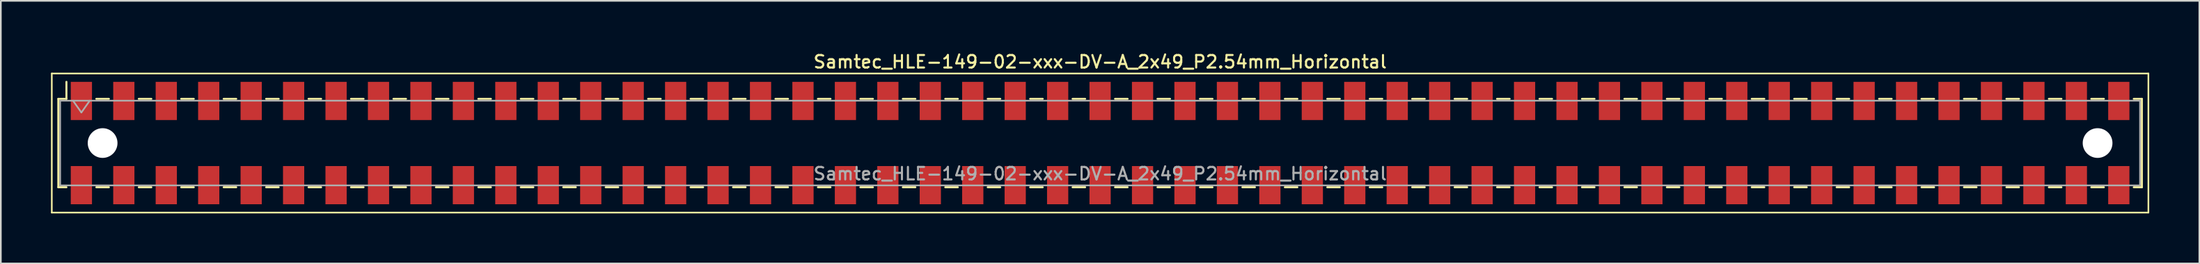
<source format=kicad_pcb>
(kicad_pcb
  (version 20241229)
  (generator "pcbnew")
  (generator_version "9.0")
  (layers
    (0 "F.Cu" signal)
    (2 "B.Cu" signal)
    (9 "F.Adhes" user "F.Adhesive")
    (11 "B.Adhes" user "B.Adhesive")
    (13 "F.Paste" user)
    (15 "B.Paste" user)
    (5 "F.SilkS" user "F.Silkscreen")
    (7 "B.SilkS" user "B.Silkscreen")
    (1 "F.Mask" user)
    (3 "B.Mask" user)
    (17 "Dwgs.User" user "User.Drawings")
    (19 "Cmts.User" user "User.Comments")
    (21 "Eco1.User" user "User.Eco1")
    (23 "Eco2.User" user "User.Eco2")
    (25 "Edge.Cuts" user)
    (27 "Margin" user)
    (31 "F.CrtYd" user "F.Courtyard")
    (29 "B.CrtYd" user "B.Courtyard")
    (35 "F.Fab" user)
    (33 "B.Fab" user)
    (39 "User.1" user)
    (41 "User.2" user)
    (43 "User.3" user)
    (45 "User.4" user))
  (footprint "Samtec_HLE-149-02-xxx-DV-A_2x49_P2.54mm_Horizontal"
    (layer "F.Cu")
    (at 62.78 5.528)
    (property "Reference" "Samtec_HLE-149-02-xxx-DV-A_2x49_P2.54mm_Horizontal" (at 0 -4.87 0) (layer "F.SilkS") (effects (font (size 0.75 0.75) (thickness 0.125))))
    (attr smd)
    (fp_line (start -62.73 -4.17) (end 62.73 -4.17) (stroke (width 0.1) (type solid)) (layer "F.SilkS"))
    (fp_line (start -62.73 4.17) (end -62.73 -4.17) (stroke (width 0.1) (type solid)) (layer "F.SilkS"))
    (fp_line (start -62.34 -2.65) (end -62.34 2.65) (stroke (width 0.12) (type solid)) (layer "F.SilkS"))
    (fp_line (start -62.34 2.65) (end -61.855 2.65) (stroke (width 0.12) (type solid)) (layer "F.SilkS"))
    (fp_line (start -61.855 -3.67) (end -61.855 -2.65) (stroke (width 0.12) (type solid)) (layer "F.SilkS"))
    (fp_line (start -61.855 -2.65) (end -62.34 -2.65) (stroke (width 0.12) (type solid)) (layer "F.SilkS"))
    (fp_line (start -60.065 -2.65) (end -59.315 -2.65) (stroke (width 0.12) (type solid)) (layer "F.SilkS"))
    (fp_line (start -60.065 2.65) (end -59.315 2.65) (stroke (width 0.12) (type solid)) (layer "F.SilkS"))
    (fp_line (start -57.525 -2.65) (end -56.775 -2.65) (stroke (width 0.12) (type solid)) (layer "F.SilkS"))
    (fp_line (start -57.525 2.65) (end -56.775 2.65) (stroke (width 0.12) (type solid)) (layer "F.SilkS"))
    (fp_line (start -54.985 -2.65) (end -54.235 -2.65) (stroke (width 0.12) (type solid)) (layer "F.SilkS"))
    (fp_line (start -54.985 2.65) (end -54.235 2.65) (stroke (width 0.12) (type solid)) (layer "F.SilkS"))
    (fp_line (start -52.445 -2.65) (end -51.695 -2.65) (stroke (width 0.12) (type solid)) (layer "F.SilkS"))
    (fp_line (start -52.445 2.65) (end -51.695 2.65) (stroke (width 0.12) (type solid)) (layer "F.SilkS"))
    (fp_line (start -49.905 -2.65) (end -49.155 -2.65) (stroke (width 0.12) (type solid)) (layer "F.SilkS"))
    (fp_line (start -49.905 2.65) (end -49.155 2.65) (stroke (width 0.12) (type solid)) (layer "F.SilkS"))
    (fp_line (start -47.365 -2.65) (end -46.615 -2.65) (stroke (width 0.12) (type solid)) (layer "F.SilkS"))
    (fp_line (start -47.365 2.65) (end -46.615 2.65) (stroke (width 0.12) (type solid)) (layer "F.SilkS"))
    (fp_line (start -44.825 -2.65) (end -44.075 -2.65) (stroke (width 0.12) (type solid)) (layer "F.SilkS"))
    (fp_line (start -44.825 2.65) (end -44.075 2.65) (stroke (width 0.12) (type solid)) (layer "F.SilkS"))
    (fp_line (start -42.285 -2.65) (end -41.535 -2.65) (stroke (width 0.12) (type solid)) (layer "F.SilkS"))
    (fp_line (start -42.285 2.65) (end -41.535 2.65) (stroke (width 0.12) (type solid)) (layer "F.SilkS"))
    (fp_line (start -39.745 -2.65) (end -38.995 -2.65) (stroke (width 0.12) (type solid)) (layer "F.SilkS"))
    (fp_line (start -39.745 2.65) (end -38.995 2.65) (stroke (width 0.12) (type solid)) (layer "F.SilkS"))
    (fp_line (start -37.205 -2.65) (end -36.455 -2.65) (stroke (width 0.12) (type solid)) (layer "F.SilkS"))
    (fp_line (start -37.205 2.65) (end -36.455 2.65) (stroke (width 0.12) (type solid)) (layer "F.SilkS"))
    (fp_line (start -34.665 -2.65) (end -33.915 -2.65) (stroke (width 0.12) (type solid)) (layer "F.SilkS"))
    (fp_line (start -34.665 2.65) (end -33.915 2.65) (stroke (width 0.12) (type solid)) (layer "F.SilkS"))
    (fp_line (start -32.125 -2.65) (end -31.375 -2.65) (stroke (width 0.12) (type solid)) (layer "F.SilkS"))
    (fp_line (start -32.125 2.65) (end -31.375 2.65) (stroke (width 0.12) (type solid)) (layer "F.SilkS"))
    (fp_line (start -29.585 -2.65) (end -28.835 -2.65) (stroke (width 0.12) (type solid)) (layer "F.SilkS"))
    (fp_line (start -29.585 2.65) (end -28.835 2.65) (stroke (width 0.12) (type solid)) (layer "F.SilkS"))
    (fp_line (start -27.045 -2.65) (end -26.295 -2.65) (stroke (width 0.12) (type solid)) (layer "F.SilkS"))
    (fp_line (start -27.045 2.65) (end -26.295 2.65) (stroke (width 0.12) (type solid)) (layer "F.SilkS"))
    (fp_line (start -24.505 -2.65) (end -23.755 -2.65) (stroke (width 0.12) (type solid)) (layer "F.SilkS"))
    (fp_line (start -24.505 2.65) (end -23.755 2.65) (stroke (width 0.12) (type solid)) (layer "F.SilkS"))
    (fp_line (start -21.965 -2.65) (end -21.215 -2.65) (stroke (width 0.12) (type solid)) (layer "F.SilkS"))
    (fp_line (start -21.965 2.65) (end -21.215 2.65) (stroke (width 0.12) (type solid)) (layer "F.SilkS"))
    (fp_line (start -19.425 -2.65) (end -18.675 -2.65) (stroke (width 0.12) (type solid)) (layer "F.SilkS"))
    (fp_line (start -19.425 2.65) (end -18.675 2.65) (stroke (width 0.12) (type solid)) (layer "F.SilkS"))
    (fp_line (start -16.885 -2.65) (end -16.135 -2.65) (stroke (width 0.12) (type solid)) (layer "F.SilkS"))
    (fp_line (start -16.885 2.65) (end -16.135 2.65) (stroke (width 0.12) (type solid)) (layer "F.SilkS"))
    (fp_line (start -14.345 -2.65) (end -13.595 -2.65) (stroke (width 0.12) (type solid)) (layer "F.SilkS"))
    (fp_line (start -14.345 2.65) (end -13.595 2.65) (stroke (width 0.12) (type solid)) (layer "F.SilkS"))
    (fp_line (start -11.805 -2.65) (end -11.055 -2.65) (stroke (width 0.12) (type solid)) (layer "F.SilkS"))
    (fp_line (start -11.805 2.65) (end -11.055 2.65) (stroke (width 0.12) (type solid)) (layer "F.SilkS"))
    (fp_line (start -9.265 -2.65) (end -8.515 -2.65) (stroke (width 0.12) (type solid)) (layer "F.SilkS"))
    (fp_line (start -9.265 2.65) (end -8.515 2.65) (stroke (width 0.12) (type solid)) (layer "F.SilkS"))
    (fp_line (start -6.725 -2.65) (end -5.975 -2.65) (stroke (width 0.12) (type solid)) (layer "F.SilkS"))
    (fp_line (start -6.725 2.65) (end -5.975 2.65) (stroke (width 0.12) (type solid)) (layer "F.SilkS"))
    (fp_line (start -4.185 -2.65) (end -3.435 -2.65) (stroke (width 0.12) (type solid)) (layer "F.SilkS"))
    (fp_line (start -4.185 2.65) (end -3.435 2.65) (stroke (width 0.12) (type solid)) (layer "F.SilkS"))
    (fp_line (start -1.645 -2.65) (end -0.895 -2.65) (stroke (width 0.12) (type solid)) (layer "F.SilkS"))
    (fp_line (start -1.645 2.65) (end -0.895 2.65) (stroke (width 0.12) (type solid)) (layer "F.SilkS"))
    (fp_line (start 0.895 -2.65) (end 1.645 -2.65) (stroke (width 0.12) (type solid)) (layer "F.SilkS"))
    (fp_line (start 0.895 2.65) (end 1.645 2.65) (stroke (width 0.12) (type solid)) (layer "F.SilkS"))
    (fp_line (start 3.435 -2.65) (end 4.185 -2.65) (stroke (width 0.12) (type solid)) (layer "F.SilkS"))
    (fp_line (start 3.435 2.65) (end 4.185 2.65) (stroke (width 0.12) (type solid)) (layer "F.SilkS"))
    (fp_line (start 5.975 -2.65) (end 6.725 -2.65) (stroke (width 0.12) (type solid)) (layer "F.SilkS"))
    (fp_line (start 5.975 2.65) (end 6.725 2.65) (stroke (width 0.12) (type solid)) (layer "F.SilkS"))
    (fp_line (start 8.515 -2.65) (end 9.265 -2.65) (stroke (width 0.12) (type solid)) (layer "F.SilkS"))
    (fp_line (start 8.515 2.65) (end 9.265 2.65) (stroke (width 0.12) (type solid)) (layer "F.SilkS"))
    (fp_line (start 11.055 -2.65) (end 11.805 -2.65) (stroke (width 0.12) (type solid)) (layer "F.SilkS"))
    (fp_line (start 11.055 2.65) (end 11.805 2.65) (stroke (width 0.12) (type solid)) (layer "F.SilkS"))
    (fp_line (start 13.595 -2.65) (end 14.345 -2.65) (stroke (width 0.12) (type solid)) (layer "F.SilkS"))
    (fp_line (start 13.595 2.65) (end 14.345 2.65) (stroke (width 0.12) (type solid)) (layer "F.SilkS"))
    (fp_line (start 16.135 -2.65) (end 16.885 -2.65) (stroke (width 0.12) (type solid)) (layer "F.SilkS"))
    (fp_line (start 16.135 2.65) (end 16.885 2.65) (stroke (width 0.12) (type solid)) (layer "F.SilkS"))
    (fp_line (start 18.675 -2.65) (end 19.425 -2.65) (stroke (width 0.12) (type solid)) (layer "F.SilkS"))
    (fp_line (start 18.675 2.65) (end 19.425 2.65) (stroke (width 0.12) (type solid)) (layer "F.SilkS"))
    (fp_line (start 21.215 -2.65) (end 21.965 -2.65) (stroke (width 0.12) (type solid)) (layer "F.SilkS"))
    (fp_line (start 21.215 2.65) (end 21.965 2.65) (stroke (width 0.12) (type solid)) (layer "F.SilkS"))
    (fp_line (start 23.755 -2.65) (end 24.505 -2.65) (stroke (width 0.12) (type solid)) (layer "F.SilkS"))
    (fp_line (start 23.755 2.65) (end 24.505 2.65) (stroke (width 0.12) (type solid)) (layer "F.SilkS"))
    (fp_line (start 26.295 -2.65) (end 27.045 -2.65) (stroke (width 0.12) (type solid)) (layer "F.SilkS"))
    (fp_line (start 26.295 2.65) (end 27.045 2.65) (stroke (width 0.12) (type solid)) (layer "F.SilkS"))
    (fp_line (start 28.835 -2.65) (end 29.585 -2.65) (stroke (width 0.12) (type solid)) (layer "F.SilkS"))
    (fp_line (start 28.835 2.65) (end 29.585 2.65) (stroke (width 0.12) (type solid)) (layer "F.SilkS"))
    (fp_line (start 31.375 -2.65) (end 32.125 -2.65) (stroke (width 0.12) (type solid)) (layer "F.SilkS"))
    (fp_line (start 31.375 2.65) (end 32.125 2.65) (stroke (width 0.12) (type solid)) (layer "F.SilkS"))
    (fp_line (start 33.915 -2.65) (end 34.665 -2.65) (stroke (width 0.12) (type solid)) (layer "F.SilkS"))
    (fp_line (start 33.915 2.65) (end 34.665 2.65) (stroke (width 0.12) (type solid)) (layer "F.SilkS"))
    (fp_line (start 36.455 -2.65) (end 37.205 -2.65) (stroke (width 0.12) (type solid)) (layer "F.SilkS"))
    (fp_line (start 36.455 2.65) (end 37.205 2.65) (stroke (width 0.12) (type solid)) (layer "F.SilkS"))
    (fp_line (start 38.995 -2.65) (end 39.745 -2.65) (stroke (width 0.12) (type solid)) (layer "F.SilkS"))
    (fp_line (start 38.995 2.65) (end 39.745 2.65) (stroke (width 0.12) (type solid)) (layer "F.SilkS"))
    (fp_line (start 41.535 -2.65) (end 42.285 -2.65) (stroke (width 0.12) (type solid)) (layer "F.SilkS"))
    (fp_line (start 41.535 2.65) (end 42.285 2.65) (stroke (width 0.12) (type solid)) (layer "F.SilkS"))
    (fp_line (start 44.075 -2.65) (end 44.825 -2.65) (stroke (width 0.12) (type solid)) (layer "F.SilkS"))
    (fp_line (start 44.075 2.65) (end 44.825 2.65) (stroke (width 0.12) (type solid)) (layer "F.SilkS"))
    (fp_line (start 46.615 -2.65) (end 47.365 -2.65) (stroke (width 0.12) (type solid)) (layer "F.SilkS"))
    (fp_line (start 46.615 2.65) (end 47.365 2.65) (stroke (width 0.12) (type solid)) (layer "F.SilkS"))
    (fp_line (start 49.155 -2.65) (end 49.905 -2.65) (stroke (width 0.12) (type solid)) (layer "F.SilkS"))
    (fp_line (start 49.155 2.65) (end 49.905 2.65) (stroke (width 0.12) (type solid)) (layer "F.SilkS"))
    (fp_line (start 51.695 -2.65) (end 52.445 -2.65) (stroke (width 0.12) (type solid)) (layer "F.SilkS"))
    (fp_line (start 51.695 2.65) (end 52.445 2.65) (stroke (width 0.12) (type solid)) (layer "F.SilkS"))
    (fp_line (start 54.235 -2.65) (end 54.985 -2.65) (stroke (width 0.12) (type solid)) (layer "F.SilkS"))
    (fp_line (start 54.235 2.65) (end 54.985 2.65) (stroke (width 0.12) (type solid)) (layer "F.SilkS"))
    (fp_line (start 56.775 -2.65) (end 57.525 -2.65) (stroke (width 0.12) (type solid)) (layer "F.SilkS"))
    (fp_line (start 56.775 2.65) (end 57.525 2.65) (stroke (width 0.12) (type solid)) (layer "F.SilkS"))
    (fp_line (start 59.315 -2.65) (end 60.065 -2.65) (stroke (width 0.12) (type solid)) (layer "F.SilkS"))
    (fp_line (start 59.315 2.65) (end 60.065 2.65) (stroke (width 0.12) (type solid)) (layer "F.SilkS"))
    (fp_line (start 61.855 -2.65) (end 62.34 -2.65) (stroke (width 0.12) (type solid)) (layer "F.SilkS"))
    (fp_line (start 62.34 -2.65) (end 62.34 2.65) (stroke (width 0.12) (type solid)) (layer "F.SilkS"))
    (fp_line (start 62.34 2.65) (end 61.855 2.65) (stroke (width 0.12) (type solid)) (layer "F.SilkS"))
    (fp_line (start 62.73 -4.17) (end 62.73 4.17) (stroke (width 0.1) (type solid)) (layer "F.SilkS"))
    (fp_line (start 62.73 4.17) (end -62.73 4.17) (stroke (width 0.1) (type solid)) (layer "F.SilkS"))
    (fp_line (start -62.23 -2.54) (end 62.23 -2.54) (stroke (width 0.1) (type solid)) (layer "F.Fab"))
    (fp_line (start -62.23 2.54) (end -62.23 -2.54) (stroke (width 0.1) (type solid)) (layer "F.Fab"))
    (fp_line (start -61.46 -2.54) (end -60.96 -1.833) (stroke (width 0.1) (type solid)) (layer "F.Fab"))
    (fp_line (start -60.96 -1.833) (end -60.46 -2.54) (stroke (width 0.1) (type solid)) (layer "F.Fab"))
    (fp_line (start 62.23 -2.54) (end 62.23 2.54) (stroke (width 0.1) (type solid)) (layer "F.Fab"))
    (fp_line (start 62.23 2.54) (end -62.23 2.54) (stroke (width 0.1) (type solid)) (layer "F.Fab"))
    (fp_text user "${REFERENCE}" (at 0 1.84 0) (layer "F.Fab") (effects (font (size 0.75 0.75) (thickness 0.125))))
    (pad "" np_thru_hole circle (at -59.69 0) (size 1.78 1.78) (drill 1.78) (layers "*.Cu" "*.Mask"))
    (pad "" np_thru_hole circle (at 59.69 0) (size 1.78 1.78) (drill 1.78) (layers "*.Cu" "*.Mask"))
    (pad "1" smd rect (at -60.96 -2.525) (size 1.27 2.29) (layers "F.Cu" "F.Mask" "F.Paste"))
    (pad "2" smd rect (at -60.96 2.525) (size 1.27 2.29) (layers "F.Cu" "F.Mask" "F.Paste"))
    (pad "3" smd rect (at -58.42 -2.525) (size 1.27 2.29) (layers "F.Cu" "F.Mask" "F.Paste"))
    (pad "4" smd rect (at -58.42 2.525) (size 1.27 2.29) (layers "F.Cu" "F.Mask" "F.Paste"))
    (pad "5" smd rect (at -55.88 -2.525) (size 1.27 2.29) (layers "F.Cu" "F.Mask" "F.Paste"))
    (pad "6" smd rect (at -55.88 2.525) (size 1.27 2.29) (layers "F.Cu" "F.Mask" "F.Paste"))
    (pad "7" smd rect (at -53.34 -2.525) (size 1.27 2.29) (layers "F.Cu" "F.Mask" "F.Paste"))
    (pad "8" smd rect (at -53.34 2.525) (size 1.27 2.29) (layers "F.Cu" "F.Mask" "F.Paste"))
    (pad "9" smd rect (at -50.8 -2.525) (size 1.27 2.29) (layers "F.Cu" "F.Mask" "F.Paste"))
    (pad "10" smd rect (at -50.8 2.525) (size 1.27 2.29) (layers "F.Cu" "F.Mask" "F.Paste"))
    (pad "11" smd rect (at -48.26 -2.525) (size 1.27 2.29) (layers "F.Cu" "F.Mask" "F.Paste"))
    (pad "12" smd rect (at -48.26 2.525) (size 1.27 2.29) (layers "F.Cu" "F.Mask" "F.Paste"))
    (pad "13" smd rect (at -45.72 -2.525) (size 1.27 2.29) (layers "F.Cu" "F.Mask" "F.Paste"))
    (pad "14" smd rect (at -45.72 2.525) (size 1.27 2.29) (layers "F.Cu" "F.Mask" "F.Paste"))
    (pad "15" smd rect (at -43.18 -2.525) (size 1.27 2.29) (layers "F.Cu" "F.Mask" "F.Paste"))
    (pad "16" smd rect (at -43.18 2.525) (size 1.27 2.29) (layers "F.Cu" "F.Mask" "F.Paste"))
    (pad "17" smd rect (at -40.64 -2.525) (size 1.27 2.29) (layers "F.Cu" "F.Mask" "F.Paste"))
    (pad "18" smd rect (at -40.64 2.525) (size 1.27 2.29) (layers "F.Cu" "F.Mask" "F.Paste"))
    (pad "19" smd rect (at -38.1 -2.525) (size 1.27 2.29) (layers "F.Cu" "F.Mask" "F.Paste"))
    (pad "20" smd rect (at -38.1 2.525) (size 1.27 2.29) (layers "F.Cu" "F.Mask" "F.Paste"))
    (pad "21" smd rect (at -35.56 -2.525) (size 1.27 2.29) (layers "F.Cu" "F.Mask" "F.Paste"))
    (pad "22" smd rect (at -35.56 2.525) (size 1.27 2.29) (layers "F.Cu" "F.Mask" "F.Paste"))
    (pad "23" smd rect (at -33.02 -2.525) (size 1.27 2.29) (layers "F.Cu" "F.Mask" "F.Paste"))
    (pad "24" smd rect (at -33.02 2.525) (size 1.27 2.29) (layers "F.Cu" "F.Mask" "F.Paste"))
    (pad "25" smd rect (at -30.48 -2.525) (size 1.27 2.29) (layers "F.Cu" "F.Mask" "F.Paste"))
    (pad "26" smd rect (at -30.48 2.525) (size 1.27 2.29) (layers "F.Cu" "F.Mask" "F.Paste"))
    (pad "27" smd rect (at -27.94 -2.525) (size 1.27 2.29) (layers "F.Cu" "F.Mask" "F.Paste"))
    (pad "28" smd rect (at -27.94 2.525) (size 1.27 2.29) (layers "F.Cu" "F.Mask" "F.Paste"))
    (pad "29" smd rect (at -25.4 -2.525) (size 1.27 2.29) (layers "F.Cu" "F.Mask" "F.Paste"))
    (pad "30" smd rect (at -25.4 2.525) (size 1.27 2.29) (layers "F.Cu" "F.Mask" "F.Paste"))
    (pad "31" smd rect (at -22.86 -2.525) (size 1.27 2.29) (layers "F.Cu" "F.Mask" "F.Paste"))
    (pad "32" smd rect (at -22.86 2.525) (size 1.27 2.29) (layers "F.Cu" "F.Mask" "F.Paste"))
    (pad "33" smd rect (at -20.32 -2.525) (size 1.27 2.29) (layers "F.Cu" "F.Mask" "F.Paste"))
    (pad "34" smd rect (at -20.32 2.525) (size 1.27 2.29) (layers "F.Cu" "F.Mask" "F.Paste"))
    (pad "35" smd rect (at -17.78 -2.525) (size 1.27 2.29) (layers "F.Cu" "F.Mask" "F.Paste"))
    (pad "36" smd rect (at -17.78 2.525) (size 1.27 2.29) (layers "F.Cu" "F.Mask" "F.Paste"))
    (pad "37" smd rect (at -15.24 -2.525) (size 1.27 2.29) (layers "F.Cu" "F.Mask" "F.Paste"))
    (pad "38" smd rect (at -15.24 2.525) (size 1.27 2.29) (layers "F.Cu" "F.Mask" "F.Paste"))
    (pad "39" smd rect (at -12.7 -2.525) (size 1.27 2.29) (layers "F.Cu" "F.Mask" "F.Paste"))
    (pad "40" smd rect (at -12.7 2.525) (size 1.27 2.29) (layers "F.Cu" "F.Mask" "F.Paste"))
    (pad "41" smd rect (at -10.16 -2.525) (size 1.27 2.29) (layers "F.Cu" "F.Mask" "F.Paste"))
    (pad "42" smd rect (at -10.16 2.525) (size 1.27 2.29) (layers "F.Cu" "F.Mask" "F.Paste"))
    (pad "43" smd rect (at -7.62 -2.525) (size 1.27 2.29) (layers "F.Cu" "F.Mask" "F.Paste"))
    (pad "44" smd rect (at -7.62 2.525) (size 1.27 2.29) (layers "F.Cu" "F.Mask" "F.Paste"))
    (pad "45" smd rect (at -5.08 -2.525) (size 1.27 2.29) (layers "F.Cu" "F.Mask" "F.Paste"))
    (pad "46" smd rect (at -5.08 2.525) (size 1.27 2.29) (layers "F.Cu" "F.Mask" "F.Paste"))
    (pad "47" smd rect (at -2.54 -2.525) (size 1.27 2.29) (layers "F.Cu" "F.Mask" "F.Paste"))
    (pad "48" smd rect (at -2.54 2.525) (size 1.27 2.29) (layers "F.Cu" "F.Mask" "F.Paste"))
    (pad "49" smd rect (at 0 -2.525) (size 1.27 2.29) (layers "F.Cu" "F.Mask" "F.Paste"))
    (pad "50" smd rect (at 0 2.525) (size 1.27 2.29) (layers "F.Cu" "F.Mask" "F.Paste"))
    (pad "51" smd rect (at 2.54 -2.525) (size 1.27 2.29) (layers "F.Cu" "F.Mask" "F.Paste"))
    (pad "52" smd rect (at 2.54 2.525) (size 1.27 2.29) (layers "F.Cu" "F.Mask" "F.Paste"))
    (pad "53" smd rect (at 5.08 -2.525) (size 1.27 2.29) (layers "F.Cu" "F.Mask" "F.Paste"))
    (pad "54" smd rect (at 5.08 2.525) (size 1.27 2.29) (layers "F.Cu" "F.Mask" "F.Paste"))
    (pad "55" smd rect (at 7.62 -2.525) (size 1.27 2.29) (layers "F.Cu" "F.Mask" "F.Paste"))
    (pad "56" smd rect (at 7.62 2.525) (size 1.27 2.29) (layers "F.Cu" "F.Mask" "F.Paste"))
    (pad "57" smd rect (at 10.16 -2.525) (size 1.27 2.29) (layers "F.Cu" "F.Mask" "F.Paste"))
    (pad "58" smd rect (at 10.16 2.525) (size 1.27 2.29) (layers "F.Cu" "F.Mask" "F.Paste"))
    (pad "59" smd rect (at 12.7 -2.525) (size 1.27 2.29) (layers "F.Cu" "F.Mask" "F.Paste"))
    (pad "60" smd rect (at 12.7 2.525) (size 1.27 2.29) (layers "F.Cu" "F.Mask" "F.Paste"))
    (pad "61" smd rect (at 15.24 -2.525) (size 1.27 2.29) (layers "F.Cu" "F.Mask" "F.Paste"))
    (pad "62" smd rect (at 15.24 2.525) (size 1.27 2.29) (layers "F.Cu" "F.Mask" "F.Paste"))
    (pad "63" smd rect (at 17.78 -2.525) (size 1.27 2.29) (layers "F.Cu" "F.Mask" "F.Paste"))
    (pad "64" smd rect (at 17.78 2.525) (size 1.27 2.29) (layers "F.Cu" "F.Mask" "F.Paste"))
    (pad "65" smd rect (at 20.32 -2.525) (size 1.27 2.29) (layers "F.Cu" "F.Mask" "F.Paste"))
    (pad "66" smd rect (at 20.32 2.525) (size 1.27 2.29) (layers "F.Cu" "F.Mask" "F.Paste"))
    (pad "67" smd rect (at 22.86 -2.525) (size 1.27 2.29) (layers "F.Cu" "F.Mask" "F.Paste"))
    (pad "68" smd rect (at 22.86 2.525) (size 1.27 2.29) (layers "F.Cu" "F.Mask" "F.Paste"))
    (pad "69" smd rect (at 25.4 -2.525) (size 1.27 2.29) (layers "F.Cu" "F.Mask" "F.Paste"))
    (pad "70" smd rect (at 25.4 2.525) (size 1.27 2.29) (layers "F.Cu" "F.Mask" "F.Paste"))
    (pad "71" smd rect (at 27.94 -2.525) (size 1.27 2.29) (layers "F.Cu" "F.Mask" "F.Paste"))
    (pad "72" smd rect (at 27.94 2.525) (size 1.27 2.29) (layers "F.Cu" "F.Mask" "F.Paste"))
    (pad "73" smd rect (at 30.48 -2.525) (size 1.27 2.29) (layers "F.Cu" "F.Mask" "F.Paste"))
    (pad "74" smd rect (at 30.48 2.525) (size 1.27 2.29) (layers "F.Cu" "F.Mask" "F.Paste"))
    (pad "75" smd rect (at 33.02 -2.525) (size 1.27 2.29) (layers "F.Cu" "F.Mask" "F.Paste"))
    (pad "76" smd rect (at 33.02 2.525) (size 1.27 2.29) (layers "F.Cu" "F.Mask" "F.Paste"))
    (pad "77" smd rect (at 35.56 -2.525) (size 1.27 2.29) (layers "F.Cu" "F.Mask" "F.Paste"))
    (pad "78" smd rect (at 35.56 2.525) (size 1.27 2.29) (layers "F.Cu" "F.Mask" "F.Paste"))
    (pad "79" smd rect (at 38.1 -2.525) (size 1.27 2.29) (layers "F.Cu" "F.Mask" "F.Paste"))
    (pad "80" smd rect (at 38.1 2.525) (size 1.27 2.29) (layers "F.Cu" "F.Mask" "F.Paste"))
    (pad "81" smd rect (at 40.64 -2.525) (size 1.27 2.29) (layers "F.Cu" "F.Mask" "F.Paste"))
    (pad "82" smd rect (at 40.64 2.525) (size 1.27 2.29) (layers "F.Cu" "F.Mask" "F.Paste"))
    (pad "83" smd rect (at 43.18 -2.525) (size 1.27 2.29) (layers "F.Cu" "F.Mask" "F.Paste"))
    (pad "84" smd rect (at 43.18 2.525) (size 1.27 2.29) (layers "F.Cu" "F.Mask" "F.Paste"))
    (pad "85" smd rect (at 45.72 -2.525) (size 1.27 2.29) (layers "F.Cu" "F.Mask" "F.Paste"))
    (pad "86" smd rect (at 45.72 2.525) (size 1.27 2.29) (layers "F.Cu" "F.Mask" "F.Paste"))
    (pad "87" smd rect (at 48.26 -2.525) (size 1.27 2.29) (layers "F.Cu" "F.Mask" "F.Paste"))
    (pad "88" smd rect (at 48.26 2.525) (size 1.27 2.29) (layers "F.Cu" "F.Mask" "F.Paste"))
    (pad "89" smd rect (at 50.8 -2.525) (size 1.27 2.29) (layers "F.Cu" "F.Mask" "F.Paste"))
    (pad "90" smd rect (at 50.8 2.525) (size 1.27 2.29) (layers "F.Cu" "F.Mask" "F.Paste"))
    (pad "91" smd rect (at 53.34 -2.525) (size 1.27 2.29) (layers "F.Cu" "F.Mask" "F.Paste"))
    (pad "92" smd rect (at 53.34 2.525) (size 1.27 2.29) (layers "F.Cu" "F.Mask" "F.Paste"))
    (pad "93" smd rect (at 55.88 -2.525) (size 1.27 2.29) (layers "F.Cu" "F.Mask" "F.Paste"))
    (pad "94" smd rect (at 55.88 2.525) (size 1.27 2.29) (layers "F.Cu" "F.Mask" "F.Paste"))
    (pad "95" smd rect (at 58.42 -2.525) (size 1.27 2.29) (layers "F.Cu" "F.Mask" "F.Paste"))
    (pad "96" smd rect (at 58.42 2.525) (size 1.27 2.29) (layers "F.Cu" "F.Mask" "F.Paste"))
    (pad "97" smd rect (at 60.96 -2.525) (size 1.27 2.29) (layers "F.Cu" "F.Mask" "F.Paste"))
    (pad "98" smd rect (at 60.96 2.525) (size 1.27 2.29) (layers "F.Cu" "F.Mask" "F.Paste")))
  (gr_rect
    (start -3 -3)
    (end 128.56 12.748)
    (stroke (width 0.1) (type default))
    (fill no)
    (layer "Edge.Cuts")))
</source>
